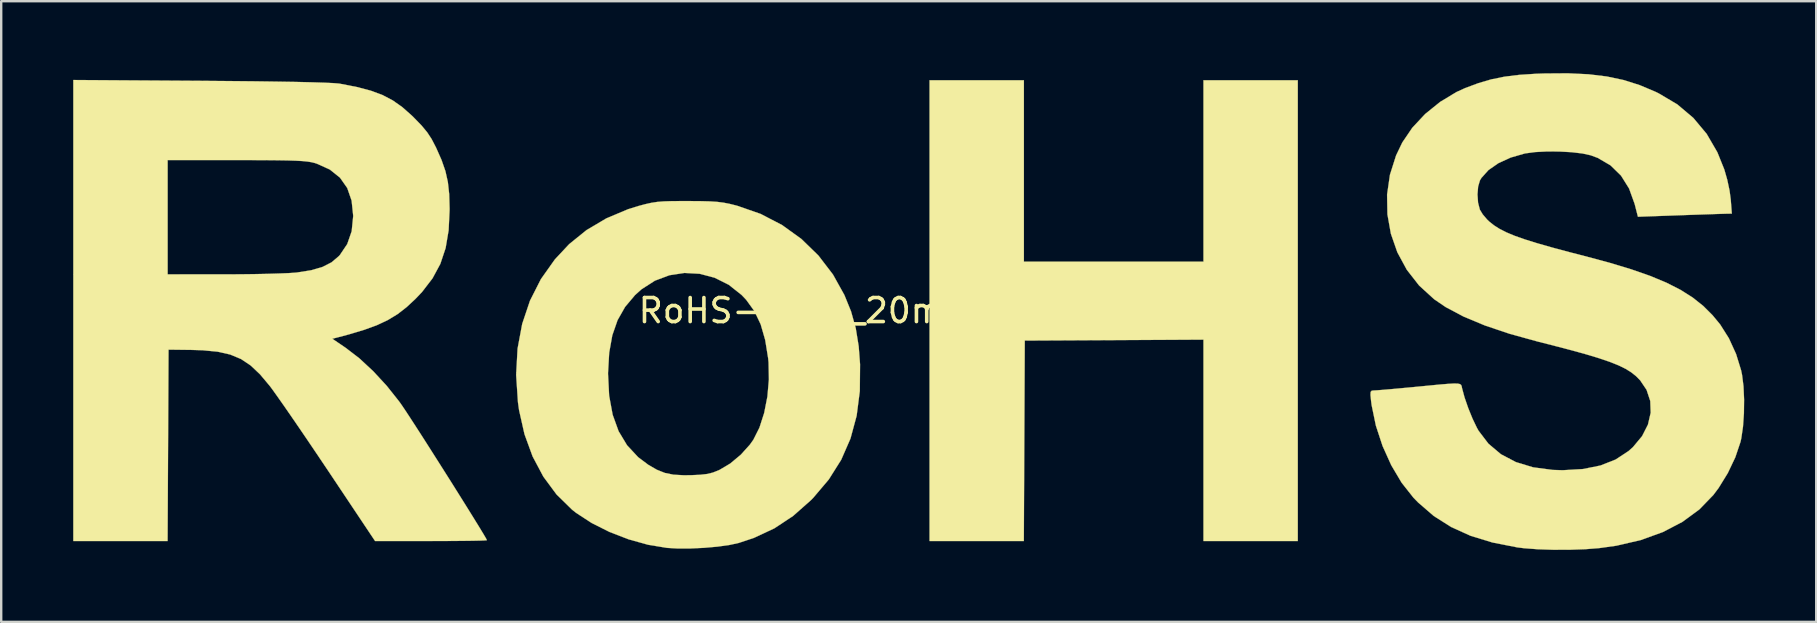
<source format=kicad_pcb>
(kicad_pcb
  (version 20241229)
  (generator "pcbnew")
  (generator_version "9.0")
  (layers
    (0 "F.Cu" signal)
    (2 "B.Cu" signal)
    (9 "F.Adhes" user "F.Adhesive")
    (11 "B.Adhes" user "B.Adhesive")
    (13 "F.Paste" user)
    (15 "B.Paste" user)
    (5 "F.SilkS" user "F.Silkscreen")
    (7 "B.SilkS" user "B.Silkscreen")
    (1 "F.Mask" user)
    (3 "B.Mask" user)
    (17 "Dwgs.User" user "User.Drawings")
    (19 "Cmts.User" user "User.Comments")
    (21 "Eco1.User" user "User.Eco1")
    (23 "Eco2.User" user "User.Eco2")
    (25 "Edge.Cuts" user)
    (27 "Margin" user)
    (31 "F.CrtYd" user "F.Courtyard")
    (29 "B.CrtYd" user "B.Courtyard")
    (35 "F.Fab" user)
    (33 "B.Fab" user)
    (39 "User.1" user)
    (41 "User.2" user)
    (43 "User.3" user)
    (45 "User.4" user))
  (footprint "RoHS-Logo_20mm_SilkScreen"
    (layer "F.Cu")
    (at 34.854 9.895)
    (property "Reference" "RoHS-Logo_20mm_SilkScreen" (at 0 0 0) (layer "F.SilkS") (effects (font (size 1 1) (thickness 0.15))))
    (attr exclude_from_pos_files exclude_from_bom allow_missing_courtyard)
    (fp_poly (pts (xy 4.763 -2.041) (xy 12.246 -2.041) (xy 12.246 -9.601) (xy 16.177 -9.601) (xy 16.177 9.601) (xy 12.246 9.601) (xy 12.246 1.208) (xy 8.523 1.228) (xy 4.8 1.247) (xy 4.761 9.601) (xy 0.832 9.601) (xy 0.832 -9.601) (xy 4.763 -9.601) (xy 4.763 -2.041)) (stroke (width 0.01) (type solid)) (fill yes) (layer "F.SilkS"))
    (fp_poly (pts (xy -9.223 -4.566) (xy -8.718 -4.563) (xy -8.329 -4.553) (xy -8.02 -4.533) (xy -7.757 -4.5) (xy -7.503 -4.451) (xy -7.223 -4.381) (xy -7.177 -4.368) (xy -6.21 -4.032) (xy -5.318 -3.57) (xy -4.511 -2.989) (xy -3.8 -2.298) (xy -3.193 -1.506) (xy -2.717 -0.651) (xy -2.44 0.029) (xy -2.244 0.727) (xy -2.121 1.485) (xy -2.064 2.238) (xy -2.074 3.351) (xy -2.206 4.379) (xy -2.463 5.33) (xy -2.849 6.213) (xy -3.366 7.034) (xy -4.017 7.802) (xy -4.117 7.903) (xy -4.854 8.555) (xy -5.636 9.072) (xy -6.488 9.47) (xy -7.119 9.68) (xy -7.513 9.766) (xy -8.012 9.835) (xy -8.571 9.884) (xy -9.143 9.911) (xy -9.683 9.911) (xy -10.108 9.886) (xy -10.897 9.756) (xy -11.711 9.529) (xy -12.508 9.221) (xy -13.25 8.849) (xy -13.895 8.428) (xy -14.067 8.292) (xy -14.713 7.659) (xy -15.262 6.917) (xy -15.709 6.076) (xy -16.048 5.148) (xy -16.274 4.145) (xy -16.32 3.818) (xy -16.396 2.673) (xy -16.394 2.646) (xy -12.566 2.646) (xy -12.52 3.547) (xy -12.374 4.337) (xy -12.126 5.024) (xy -11.772 5.612) (xy -11.311 6.107) (xy -10.886 6.426) (xy -10.532 6.63) (xy -10.199 6.763) (xy -9.839 6.836) (xy -9.406 6.86) (xy -9.109 6.857) (xy -8.72 6.839) (xy -8.432 6.806) (xy -8.195 6.747) (xy -7.958 6.653) (xy -7.921 6.636) (xy -7.473 6.37) (xy -7.034 6.004) (xy -6.655 5.584) (xy -6.51 5.379) (xy -6.256 4.873) (xy -6.059 4.261) (xy -5.925 3.58) (xy -5.863 2.868) (xy -5.877 2.159) (xy -5.894 1.984) (xy -6.018 1.218) (xy -6.205 0.571) (xy -6.466 0.022) (xy -6.809 -0.452) (xy -6.997 -0.65) (xy -7.533 -1.076) (xy -8.122 -1.371) (xy -8.745 -1.536) (xy -9.381 -1.571) (xy -10.01 -1.475) (xy -10.613 -1.249) (xy -11.17 -0.892) (xy -11.441 -0.649) (xy -11.855 -0.157) (xy -12.169 0.396) (xy -12.388 1.027) (xy -12.518 1.752) (xy -12.566 2.59) (xy -12.566 2.646) (xy -16.394 2.646) (xy -16.336 1.582) (xy -16.143 0.55) (xy -15.818 -0.417) (xy -15.363 -1.314) (xy -14.781 -2.136) (xy -14.185 -2.773) (xy -13.461 -3.358) (xy -12.634 -3.847) (xy -11.728 -4.228) (xy -11.295 -4.362) (xy -11.006 -4.439) (xy -10.758 -4.494) (xy -10.514 -4.531) (xy -10.24 -4.553) (xy -9.9 -4.564) (xy -9.461 -4.566) (xy -9.223 -4.566)) (stroke (width 0.01) (type solid)) (fill yes) (layer "F.SilkS"))
    (fp_poly (pts (xy -29.539 -9.577) (xy -28.351 -9.567) (xy -27.29 -9.557) (xy -26.36 -9.544) (xy -25.562 -9.531) (xy -24.901 -9.515) (xy -24.38 -9.499) (xy -24.003 -9.481) (xy -23.773 -9.462) (xy -23.737 -9.456) (xy -23.035 -9.319) (xy -22.455 -9.167) (xy -21.965 -8.985) (xy -21.537 -8.761) (xy -21.139 -8.48) (xy -20.743 -8.129) (xy -20.659 -8.047) (xy -20.34 -7.718) (xy -20.105 -7.435) (xy -19.918 -7.151) (xy -19.744 -6.816) (xy -19.734 -6.797) (xy -19.504 -6.278) (xy -19.343 -5.815) (xy -19.241 -5.358) (xy -19.186 -4.857) (xy -19.169 -4.262) (xy -19.169 -4.196) (xy -19.209 -3.349) (xy -19.334 -2.609) (xy -19.554 -1.95) (xy -19.879 -1.348) (xy -20.317 -0.778) (xy -20.593 -0.488) (xy -20.962 -0.145) (xy -21.332 0.142) (xy -21.729 0.384) (xy -22.179 0.597) (xy -22.711 0.793) (xy -23.349 0.985) (xy -23.802 1.106) (xy -24.056 1.172) (xy -23.5 1.549) (xy -22.934 1.983) (xy -22.35 2.525) (xy -21.784 3.138) (xy -21.269 3.787) (xy -21.193 3.893) (xy -21.063 4.084) (xy -20.874 4.37) (xy -20.637 4.735) (xy -20.36 5.164) (xy -20.055 5.641) (xy -19.731 6.151) (xy -19.398 6.676) (xy -19.066 7.201) (xy -18.746 7.712) (xy -18.446 8.191) (xy -18.178 8.623) (xy -17.95 8.992) (xy -17.774 9.282) (xy -17.658 9.478) (xy -17.614 9.564) (xy -17.614 9.565) (xy -17.686 9.574) (xy -17.892 9.582) (xy -18.212 9.589) (xy -18.629 9.594) (xy -19.124 9.598) (xy -19.679 9.6) (xy -19.944 9.601) (xy -22.274 9.601) (xy -24.205 6.709) (xy -24.622 6.088) (xy -25.031 5.482) (xy -25.422 4.907) (xy -25.783 4.381) (xy -26.103 3.919) (xy -26.37 3.54) (xy -26.572 3.258) (xy -26.665 3.134) (xy -27.066 2.657) (xy -27.455 2.288) (xy -27.862 2.016) (xy -28.313 1.828) (xy -28.838 1.71) (xy -29.462 1.65) (xy -29.931 1.636) (xy -30.881 1.625) (xy -30.9 5.613) (xy -30.92 9.601) (xy -34.849 9.601) (xy -34.849 -6.274) (xy -30.918 -6.274) (xy -30.918 -1.512) (xy -28.556 -1.513) (xy -27.936 -1.515) (xy -27.332 -1.522) (xy -26.77 -1.533) (xy -26.275 -1.548) (xy -25.874 -1.564) (xy -25.59 -1.583) (xy -25.533 -1.589) (xy -24.938 -1.683) (xy -24.465 -1.821) (xy -24.09 -2.012) (xy -23.789 -2.267) (xy -23.743 -2.316) (xy -23.434 -2.775) (xy -23.249 -3.308) (xy -23.187 -3.925) (xy -23.187 -3.969) (xy -23.252 -4.586) (xy -23.434 -5.11) (xy -23.736 -5.541) (xy -24.157 -5.878) (xy -24.698 -6.123) (xy -24.797 -6.155) (xy -24.926 -6.186) (xy -25.087 -6.212) (xy -25.295 -6.233) (xy -25.567 -6.248) (xy -25.918 -6.26) (xy -26.364 -6.267) (xy -26.921 -6.272) (xy -27.604 -6.274) (xy -28.06 -6.274) (xy -30.918 -6.274) (xy -34.849 -6.274) (xy -34.849 -9.611) (xy -29.539 -9.577)) (stroke (width 0.01) (type solid)) (fill yes) (layer "F.SilkS"))
    (fp_poly (pts (xy 28.289 -9.85) (xy 29.053 -9.758) (xy 29.753 -9.61) (xy 30.416 -9.401) (xy 31.069 -9.126) (xy 31.212 -9.057) (xy 31.991 -8.596) (xy 32.658 -8.033) (xy 33.214 -7.369) (xy 33.662 -6.599) (xy 33.951 -5.882) (xy 34.073 -5.455) (xy 34.169 -5.005) (xy 34.219 -4.631) (xy 34.264 -4.044) (xy 34.047 -4.04) (xy 33.91 -4.036) (xy 33.647 -4.028) (xy 33.282 -4.016) (xy 32.84 -4.001) (xy 32.347 -3.984) (xy 32.09 -3.975) (xy 30.351 -3.913) (xy 30.214 -4.448) (xy 29.982 -5.09) (xy 29.646 -5.627) (xy 29.21 -6.053) (xy 28.677 -6.365) (xy 28.386 -6.473) (xy 28.036 -6.55) (xy 27.583 -6.603) (xy 27.073 -6.631) (xy 26.552 -6.633) (xy 26.066 -6.608) (xy 25.663 -6.554) (xy 25.633 -6.548) (xy 25.046 -6.379) (xy 24.534 -6.144) (xy 24.121 -5.856) (xy 23.828 -5.529) (xy 23.768 -5.428) (xy 23.692 -5.173) (xy 23.665 -4.842) (xy 23.689 -4.499) (xy 23.763 -4.211) (xy 23.763 -4.211) (xy 23.883 -4.013) (xy 24.068 -3.796) (xy 24.158 -3.71) (xy 24.356 -3.553) (xy 24.587 -3.406) (xy 24.866 -3.264) (xy 25.208 -3.121) (xy 25.627 -2.973) (xy 26.139 -2.813) (xy 26.758 -2.636) (xy 27.499 -2.437) (xy 28.121 -2.276) (xy 29.168 -1.996) (xy 30.077 -1.721) (xy 30.865 -1.446) (xy 31.544 -1.163) (xy 32.129 -0.865) (xy 32.634 -0.545) (xy 33.073 -0.196) (xy 33.46 0.19) (xy 33.779 0.577) (xy 34.142 1.152) (xy 34.442 1.809) (xy 34.651 2.487) (xy 34.691 2.679) (xy 34.75 3.15) (xy 34.775 3.702) (xy 34.768 4.282) (xy 34.729 4.838) (xy 34.659 5.318) (xy 34.625 5.471) (xy 34.41 6.109) (xy 34.097 6.767) (xy 33.715 7.387) (xy 33.494 7.682) (xy 32.91 8.285) (xy 32.207 8.801) (xy 31.392 9.226) (xy 30.472 9.559) (xy 29.454 9.795) (xy 28.742 9.895) (xy 28.155 9.941) (xy 27.5 9.964) (xy 26.825 9.965) (xy 26.178 9.943) (xy 25.605 9.9) (xy 25.324 9.865) (xy 24.291 9.662) (xy 23.376 9.382) (xy 22.565 9.015) (xy 21.842 8.556) (xy 21.193 7.996) (xy 20.993 7.79) (xy 20.505 7.172) (xy 20.072 6.442) (xy 19.709 5.638) (xy 19.431 4.792) (xy 19.255 3.942) (xy 19.231 3.761) (xy 19.207 3.517) (xy 19.213 3.387) (xy 19.259 3.336) (xy 19.356 3.326) (xy 19.362 3.326) (xy 19.489 3.319) (xy 19.742 3.299) (xy 20.094 3.269) (xy 20.518 3.23) (xy 20.991 3.186) (xy 21.091 3.176) (xy 21.671 3.12) (xy 22.118 3.077) (xy 22.45 3.05) (xy 22.685 3.037) (xy 22.84 3.04) (xy 22.933 3.06) (xy 22.983 3.096) (xy 23.006 3.149) (xy 23.02 3.22) (xy 23.022 3.232) (xy 23.126 3.616) (xy 23.279 4.059) (xy 23.458 4.5) (xy 23.64 4.879) (xy 23.711 5.006) (xy 24.123 5.546) (xy 24.641 5.982) (xy 25.263 6.31) (xy 25.983 6.529) (xy 26.799 6.637) (xy 27.214 6.65) (xy 28.057 6.601) (xy 28.791 6.453) (xy 29.423 6.204) (xy 29.96 5.851) (xy 30.148 5.682) (xy 30.523 5.231) (xy 30.769 4.748) (xy 30.883 4.254) (xy 30.865 3.765) (xy 30.711 3.3) (xy 30.443 2.903) (xy 30.274 2.731) (xy 30.077 2.574) (xy 29.839 2.425) (xy 29.544 2.281) (xy 29.18 2.135) (xy 28.732 1.983) (xy 28.187 1.818) (xy 27.53 1.637) (xy 26.748 1.433) (xy 26.179 1.289) (xy 25.005 0.965) (xy 23.974 0.618) (xy 23.087 0.248) (xy 22.347 -0.144) (xy 21.861 -0.474) (xy 21.232 -1.048) (xy 20.719 -1.705) (xy 20.326 -2.43) (xy 20.056 -3.205) (xy 19.912 -4.013) (xy 19.898 -4.838) (xy 20.017 -5.662) (xy 20.273 -6.468) (xy 20.534 -7.011) (xy 20.95 -7.623) (xy 21.485 -8.195) (xy 22.109 -8.699) (xy 22.79 -9.11) (xy 23.149 -9.274) (xy 23.705 -9.481) (xy 24.24 -9.638) (xy 24.793 -9.75) (xy 25.402 -9.825) (xy 26.106 -9.871) (xy 26.459 -9.883) (xy 27.433 -9.89) (xy 28.289 -9.85)) (stroke (width 0.01) (type solid)) (fill yes) (layer "F.SilkS")))
  (gr_rect
    (start -3 -3)
    (end 72.635 22.865)
    (stroke (width 0.1) (type default))
    (fill no)
    (layer "Edge.Cuts")))
</source>
